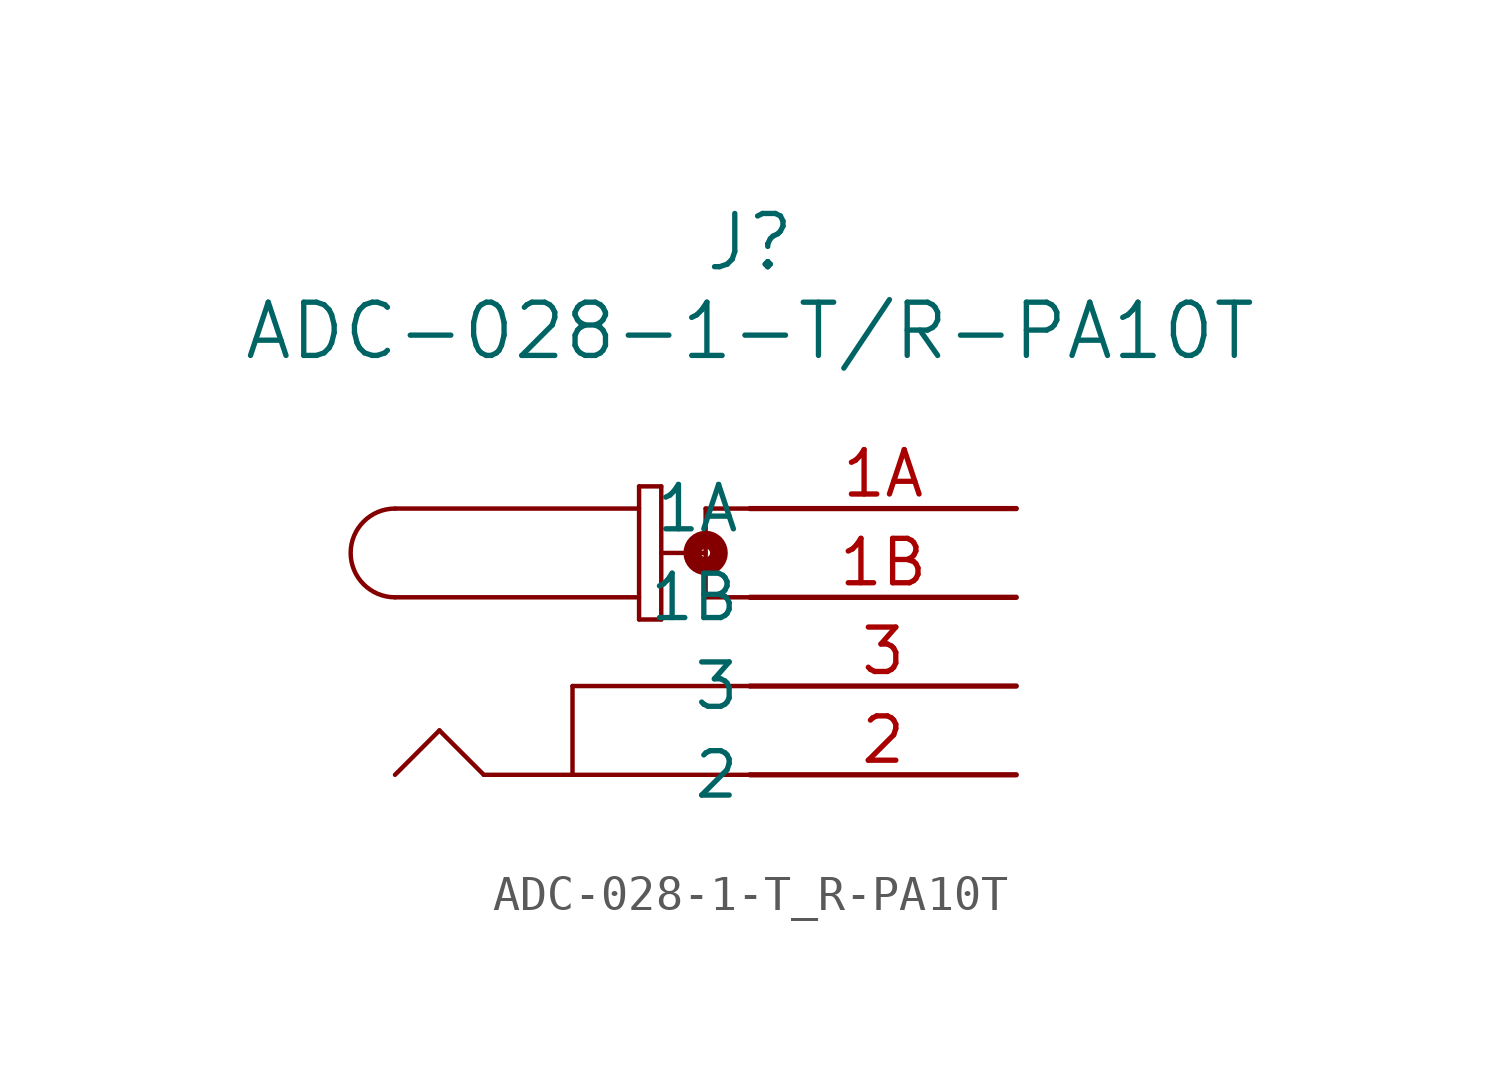
<source format=kicad_sym>
(kicad_symbol_lib
  (version 20211014)
  (generator kicad_symbol_editor)
  (symbol "ADC-028-1-T_R-PA10T"
    (pin_names
      (offset 0.254))
    (property "Reference" "J"
      (at -7.62 7.62 0)
      (effects (font (size 1.524 1.524))))
    (property "Value" "ADC-028-1-T/R-PA10T"
      (at -7.62 5.08 0)
      (effects (font (size 1.524 1.524))))
    (symbol "ADC-028-1-T_R-PA10T_0_1"
      (polyline (pts (xy -8.89 -1.27) (xy -10.16 -1.27)) (stroke (width 0.127) (type default) (color 0 0 0 0)) (fill (type none)))
      (polyline (pts (xy -7.62 -5.08) (xy -12.7 -5.08)) (stroke (width 0.127) (type default) (color 0 0 0 0)) (fill (type none)))
      (polyline (pts (xy -7.62 -7.62) (xy -15.24 -7.62)) (stroke (width 0.127) (type default) (color 0 0 0 0)) (fill (type none)))
      (polyline (pts (xy -15.24 -7.62) (xy -16.51 -6.35)) (stroke (width 0.127) (type default) (color 0 0 0 0)) (fill (type none)))
      (polyline (pts (xy -16.51 -6.35) (xy -17.78 -7.62)) (stroke (width 0.127) (type default) (color 0 0 0 0)) (fill (type none)))
      (polyline (pts (xy -12.7 -5.08) (xy -12.7 -7.62)) (stroke (width 0.127) (type default) (color 0 0 0 0)) (fill (type none)))
      (polyline (pts (xy -10.16 0.635) (xy -10.16 -3.175)) (stroke (width 0.127) (type default) (color 0 0 0 0)) (fill (type none)))
      (polyline (pts (xy -10.795 -2.54) (xy -17.78 -2.54)) (stroke (width 0.127) (type default) (color 0 0 0 0)) (fill (type none)))
      (polyline (pts (xy -17.78 0) (xy -10.795 0)) (stroke (width 0.127) (type default) (color 0 0 0 0)) (fill (type none)))
      (polyline (pts (xy -10.795 0.635) (xy -10.795 -3.175)) (stroke (width 0.127) (type default) (color 0 0 0 0)) (fill (type none)))
      (polyline (pts (xy -10.795 -3.175) (xy -10.16 -3.175)) (stroke (width 0.127) (type default) (color 0 0 0 0)) (fill (type none)))
      (polyline (pts (xy -10.795 0.635) (xy -10.16 0.635)) (stroke (width 0.127) (type default) (color 0 0 0 0)) (fill (type none)))
      (arc (start -17.78 0) (mid -19.05 -1.27) (end -17.78 -2.54) (stroke (width 0.127) (type default) (color 0 0 0 0)) (fill (type none)))
      (polyline (pts (xy -8.89 0) (xy -8.89 -2.54)) (stroke (width 0.127) (type default) (color 0 0 0 0)) (fill (type none)))
      (polyline (pts (xy -8.89 -2.54) (xy -7.62 -2.54)) (stroke (width 0.127) (type default) (color 0 0 0 0)) (fill (type none)))
      (polyline (pts (xy -8.89 0) (xy -7.62 0)) (stroke (width 0.127) (type default) (color 0 0 0 0)) (fill (type none)))
      (circle (center -8.89 -1.27) (radius 0.127) (stroke (width 0.508) (type default) (color 0 0 0 0)) (fill (type none)))
      (pin unspecified line (at 0 0 180) (length 7.62) (name "1A" (effects (font (size 1.27 1.27)))) (number "1A" (effects (font (size 1.27 1.27)))))
      (pin unspecified line (at 0 -2.54 180) (length 7.62) (name "1B" (effects (font (size 1.27 1.27)))) (number "1B" (effects (font (size 1.27 1.27)))))
      (pin unspecified line (at 0 -7.62 180) (length 7.62) (name "2" (effects (font (size 1.27 1.27)))) (number "2" (effects (font (size 1.27 1.27)))))
      (pin unspecified line (at 0 -5.08 180) (length 7.62) (name "3" (effects (font (size 1.27 1.27)))) (number "3" (effects (font (size 1.27 1.27))))))))
</source>
